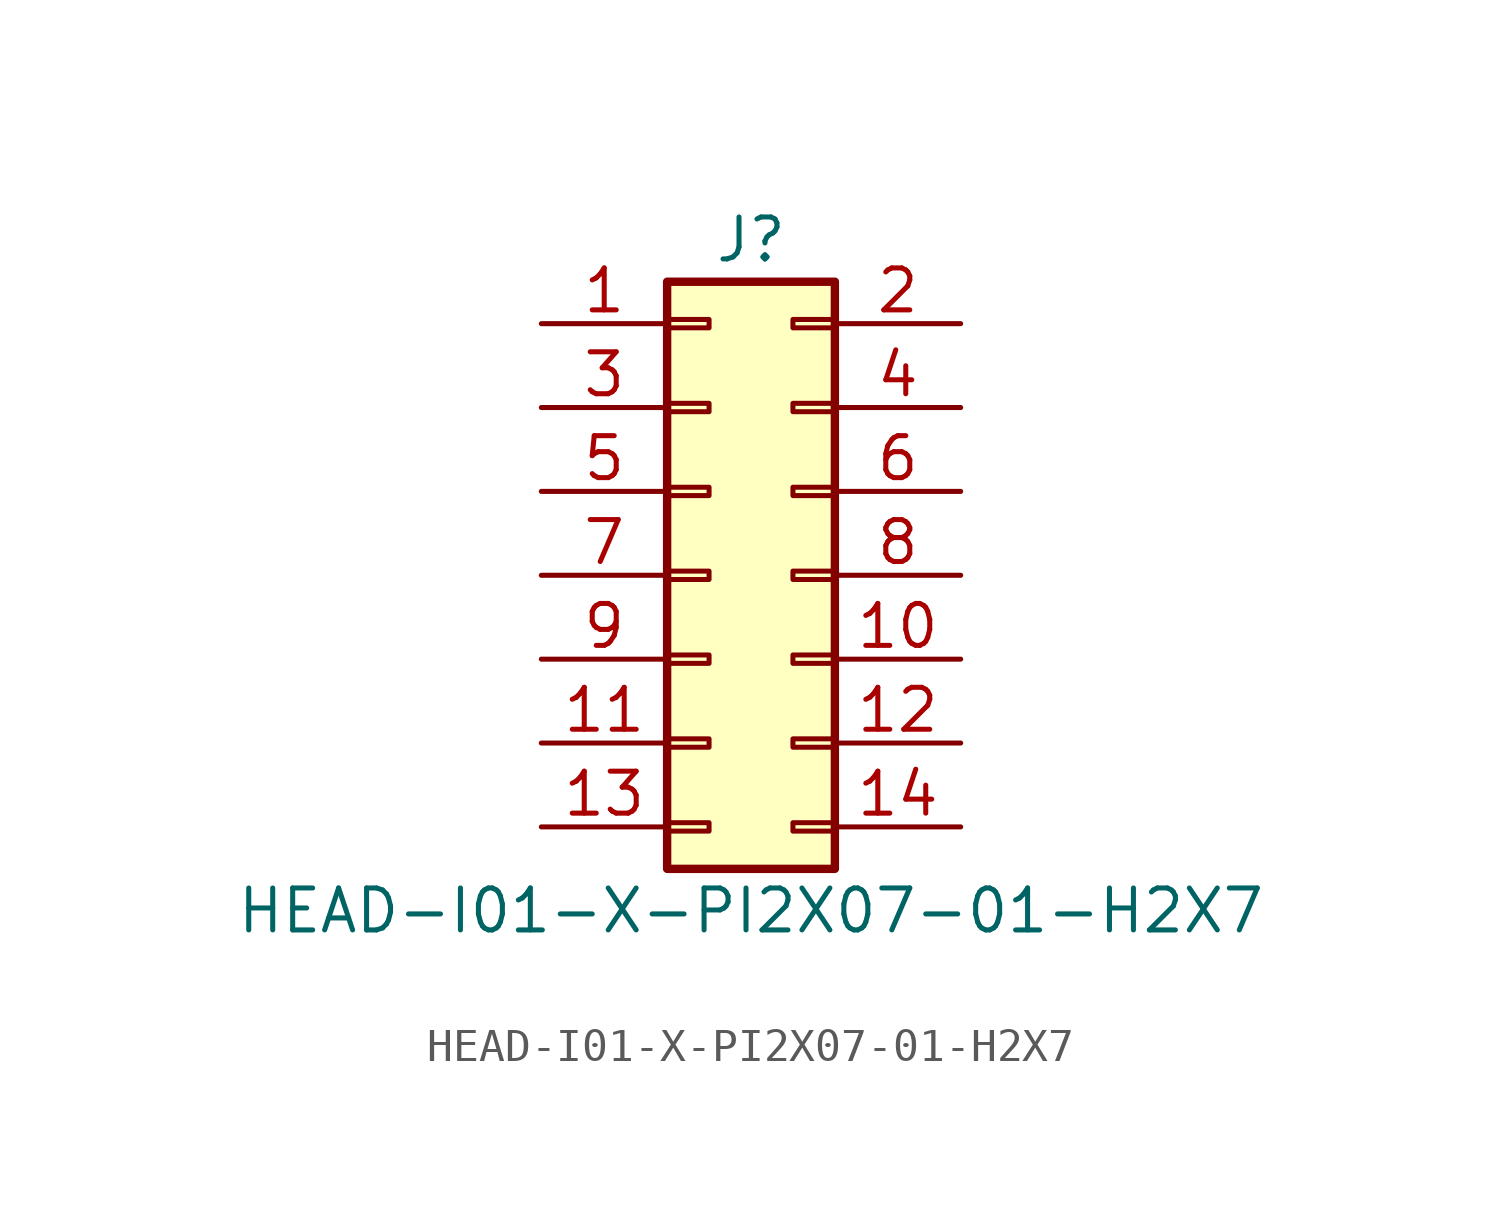
<source format=kicad_sym>
(kicad_symbol_lib
  (version 20211014)
  (generator kicad_symbol_editor)
  (symbol "HEAD-I01-X-PI2X07-01-H2X7"
    (pin_names
      (offset 1.016) hide)
    (property "Reference" "J"
      (at 1.27 10.16 0)
      (effects (font (size 1.27 1.27))))
    (property "Value" "HEAD-I01-X-PI2X07-01-H2X7"
      (at 1.27 -10.16 0)
      (effects (font (size 1.27 1.27))))
    (symbol "HEAD-I01-X-PI2X07-01-H2X7_1_1"
      (rectangle (start -1.27 -7.493) (end 0 -7.747) (stroke (width 0.152) (type default) (color 0 0 0 0)) (fill (type none)))
      (rectangle (start -1.27 -4.953) (end 0 -5.207) (stroke (width 0.152) (type default) (color 0 0 0 0)) (fill (type none)))
      (rectangle (start -1.27 -2.413) (end 0 -2.667) (stroke (width 0.152) (type default) (color 0 0 0 0)) (fill (type none)))
      (rectangle (start -1.27 0.127) (end 0 -0.127) (stroke (width 0.152) (type default) (color 0 0 0 0)) (fill (type none)))
      (rectangle (start -1.27 2.667) (end 0 2.413) (stroke (width 0.152) (type default) (color 0 0 0 0)) (fill (type none)))
      (rectangle (start -1.27 5.207) (end 0 4.953) (stroke (width 0.152) (type default) (color 0 0 0 0)) (fill (type none)))
      (rectangle (start -1.27 7.747) (end 0 7.493) (stroke (width 0.152) (type default) (color 0 0 0 0)) (fill (type none)))
      (rectangle (start -1.27 8.89) (end 3.81 -8.89) (stroke (width 0.254) (type default) (color 0 0 0 0)) (fill (type background)))
      (rectangle (start 3.81 -7.493) (end 2.54 -7.747) (stroke (width 0.152) (type default) (color 0 0 0 0)) (fill (type none)))
      (rectangle (start 3.81 -4.953) (end 2.54 -5.207) (stroke (width 0.152) (type default) (color 0 0 0 0)) (fill (type none)))
      (rectangle (start 3.81 -2.413) (end 2.54 -2.667) (stroke (width 0.152) (type default) (color 0 0 0 0)) (fill (type none)))
      (rectangle (start 3.81 0.127) (end 2.54 -0.127) (stroke (width 0.152) (type default) (color 0 0 0 0)) (fill (type none)))
      (rectangle (start 3.81 2.667) (end 2.54 2.413) (stroke (width 0.152) (type default) (color 0 0 0 0)) (fill (type none)))
      (rectangle (start 3.81 5.207) (end 2.54 4.953) (stroke (width 0.152) (type default) (color 0 0 0 0)) (fill (type none)))
      (rectangle (start 3.81 7.747) (end 2.54 7.493) (stroke (width 0.152) (type default) (color 0 0 0 0)) (fill (type none)))
      (pin passive line (at -5.08 7.62 0) (length 3.81) (name "Pin_1" (effects (font (size 1.27 1.27)))) (number "1" (effects (font (size 1.27 1.27)))))
      (pin passive line (at 7.62 -2.54 180) (length 3.81) (name "Pin_10" (effects (font (size 1.27 1.27)))) (number "10" (effects (font (size 1.27 1.27)))))
      (pin passive line (at -5.08 -5.08 0) (length 3.81) (name "Pin_11" (effects (font (size 1.27 1.27)))) (number "11" (effects (font (size 1.27 1.27)))))
      (pin passive line (at 7.62 -5.08 180) (length 3.81) (name "Pin_12" (effects (font (size 1.27 1.27)))) (number "12" (effects (font (size 1.27 1.27)))))
      (pin passive line (at -5.08 -7.62 0) (length 3.81) (name "Pin_13" (effects (font (size 1.27 1.27)))) (number "13" (effects (font (size 1.27 1.27)))))
      (pin passive line (at 7.62 -7.62 180) (length 3.81) (name "Pin_14" (effects (font (size 1.27 1.27)))) (number "14" (effects (font (size 1.27 1.27)))))
      (pin passive line (at 7.62 7.62 180) (length 3.81) (name "Pin_2" (effects (font (size 1.27 1.27)))) (number "2" (effects (font (size 1.27 1.27)))))
      (pin passive line (at -5.08 5.08 0) (length 3.81) (name "Pin_3" (effects (font (size 1.27 1.27)))) (number "3" (effects (font (size 1.27 1.27)))))
      (pin passive line (at 7.62 5.08 180) (length 3.81) (name "Pin_4" (effects (font (size 1.27 1.27)))) (number "4" (effects (font (size 1.27 1.27)))))
      (pin passive line (at -5.08 2.54 0) (length 3.81) (name "Pin_5" (effects (font (size 1.27 1.27)))) (number "5" (effects (font (size 1.27 1.27)))))
      (pin passive line (at 7.62 2.54 180) (length 3.81) (name "Pin_6" (effects (font (size 1.27 1.27)))) (number "6" (effects (font (size 1.27 1.27)))))
      (pin passive line (at -5.08 0 0) (length 3.81) (name "Pin_7" (effects (font (size 1.27 1.27)))) (number "7" (effects (font (size 1.27 1.27)))))
      (pin passive line (at 7.62 0 180) (length 3.81) (name "Pin_8" (effects (font (size 1.27 1.27)))) (number "8" (effects (font (size 1.27 1.27)))))
      (pin passive line (at -5.08 -2.54 0) (length 3.81) (name "Pin_9" (effects (font (size 1.27 1.27)))) (number "9" (effects (font (size 1.27 1.27))))))))
</source>
